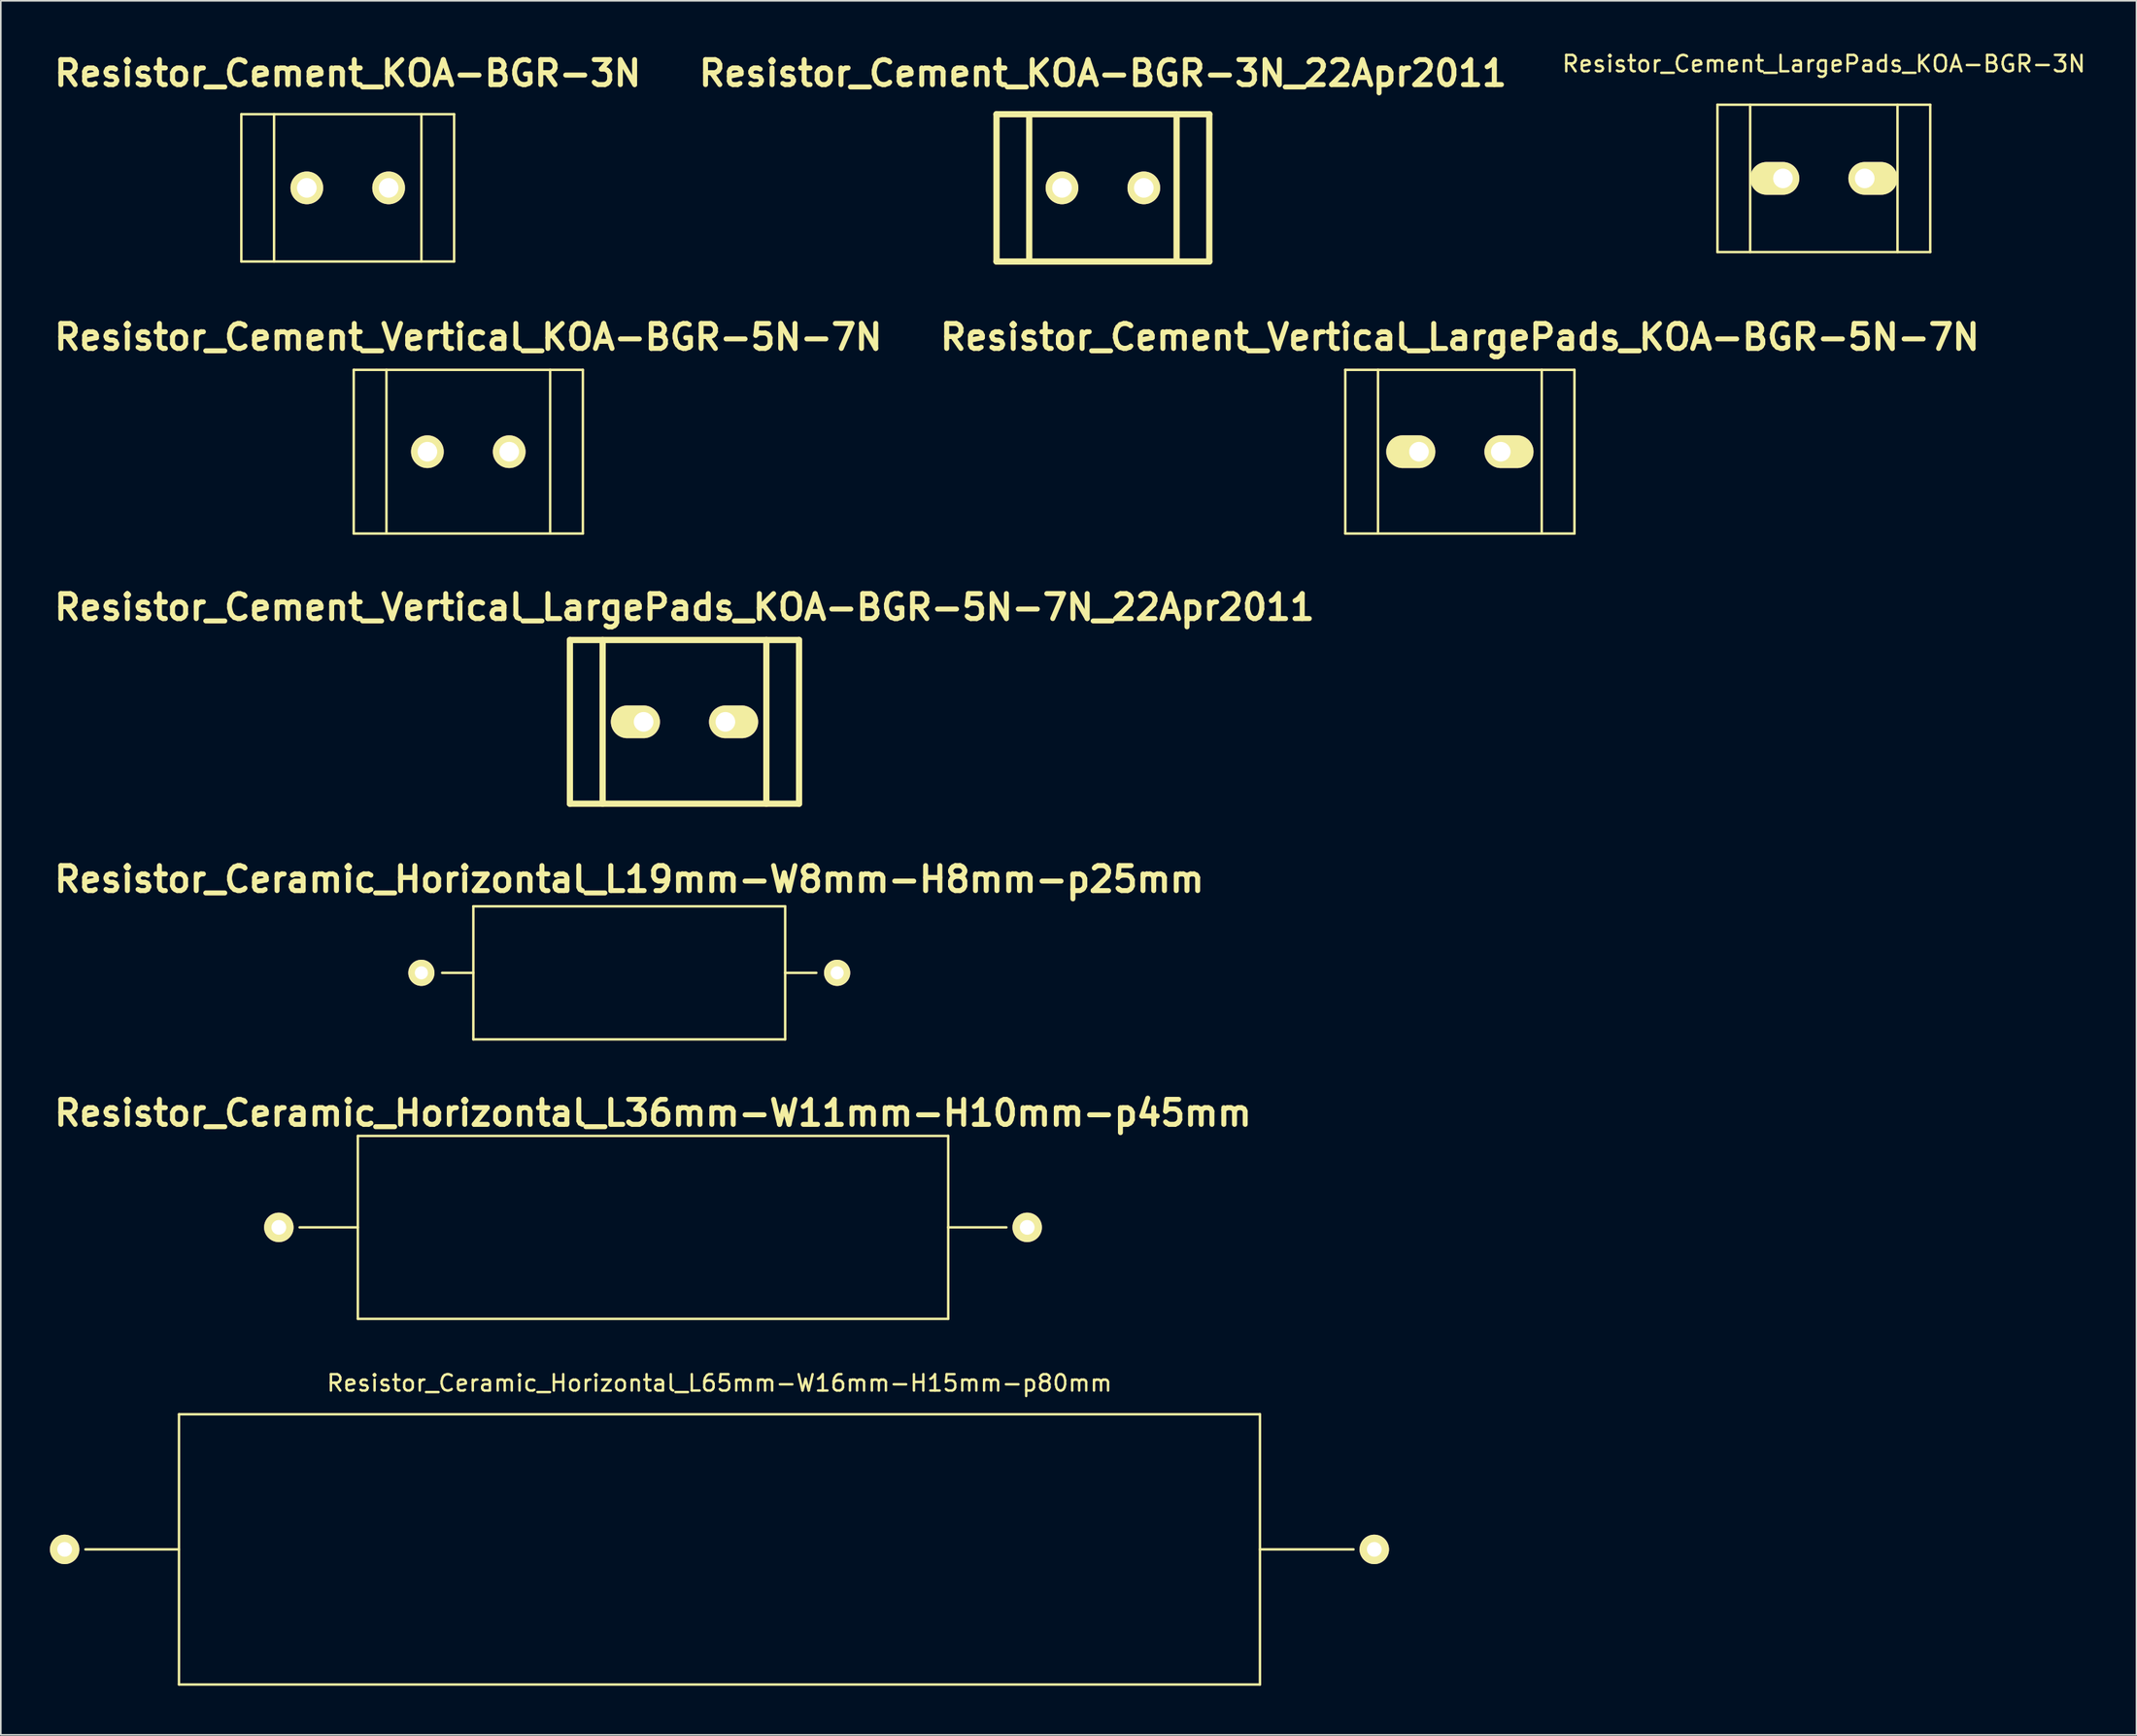
<source format=kicad_pcb>
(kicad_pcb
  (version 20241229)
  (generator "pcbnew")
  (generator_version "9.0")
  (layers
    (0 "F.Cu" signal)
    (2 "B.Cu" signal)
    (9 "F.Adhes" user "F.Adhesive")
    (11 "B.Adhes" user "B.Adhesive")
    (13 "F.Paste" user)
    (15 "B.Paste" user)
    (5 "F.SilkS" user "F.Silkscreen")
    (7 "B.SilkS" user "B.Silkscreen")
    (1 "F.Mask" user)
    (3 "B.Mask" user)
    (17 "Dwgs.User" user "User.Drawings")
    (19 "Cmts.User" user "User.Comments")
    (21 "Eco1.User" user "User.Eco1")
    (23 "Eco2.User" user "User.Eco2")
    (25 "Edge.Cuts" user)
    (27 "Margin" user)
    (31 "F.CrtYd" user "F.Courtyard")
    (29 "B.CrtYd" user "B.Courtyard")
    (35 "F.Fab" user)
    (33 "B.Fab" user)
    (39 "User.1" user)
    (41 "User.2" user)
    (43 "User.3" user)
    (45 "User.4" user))
  (footprint "Resistor_Ceramic_Horizontal_L65mm-W16mm-H15mm-p80mm"
    (layer "F.Cu")
    (at 40.905 91.603)
    (property "Reference" "Resistor_Ceramic_Horizontal_L65mm-W16mm-H15mm-p80mm" (at 0 -10.16 0) (layer "F.SilkS") (effects (font (size 1 1) (thickness 0.15))))
    (attr through_hole)
    (fp_line (start -33.02 -8.255) (end -33.02 8.255) (stroke (width 0.15) (type solid)) (layer "F.SilkS"))
    (fp_line (start -33.02 0) (end -38.735 0) (stroke (width 0.15) (type solid)) (layer "F.SilkS"))
    (fp_line (start -33.02 8.255) (end 33.02 8.255) (stroke (width 0.15) (type solid)) (layer "F.SilkS"))
    (fp_line (start 33.02 -8.255) (end -33.02 -8.255) (stroke (width 0.15) (type solid)) (layer "F.SilkS"))
    (fp_line (start 33.02 0) (end 38.735 0) (stroke (width 0.15) (type solid)) (layer "F.SilkS"))
    (fp_line (start 33.02 8.255) (end 33.02 -8.255) (stroke (width 0.15) (type solid)) (layer "F.SilkS"))
    (pad "1" thru_hole circle (at -40.005 0 180) (size 1.8 1.8) (drill 0.9) (layers "*.Cu" "*.Mask" "F.SilkS"))
    (pad "2" thru_hole circle (at 40.005 0 180) (size 1.8 1.8) (drill 0.9) (layers "*.Cu" "*.Mask" "F.SilkS")))
  (footprint "Resistor_Cement_KOA-BGR-3N"
    (layer "F.Cu")
    (at 18.194 8.427)
    (property "Reference" "Resistor_Cement_KOA-BGR-3N" (at 0 -7 0) (layer "F.SilkS") (effects (font (size 1.524 1.524) (thickness 0.305))))
    (attr through_hole)
    (fp_line (start -6.5 -4.501) (end -6.5 4.501) (stroke (width 0.15) (type solid)) (layer "F.SilkS"))
    (fp_line (start -6.5 4.501) (end 6.5 4.501) (stroke (width 0.15) (type solid)) (layer "F.SilkS"))
    (fp_line (start -4.501 -4.501) (end -4.501 4.501) (stroke (width 0.15) (type solid)) (layer "F.SilkS"))
    (fp_line (start 4.501 -4.501) (end 4.501 4.501) (stroke (width 0.15) (type solid)) (layer "F.SilkS"))
    (fp_line (start 6.5 -4.501) (end -6.5 -4.501) (stroke (width 0.15) (type solid)) (layer "F.SilkS"))
    (fp_line (start 6.5 4.501) (end 6.5 -4.501) (stroke (width 0.15) (type solid)) (layer "F.SilkS"))
    (pad "1" thru_hole circle (at -2.499 0) (size 1.999 1.999) (drill 1.199) (layers "*.Cu" "*.Mask" "F.SilkS"))
    (pad "2" thru_hole circle (at 2.499 0) (size 1.999 1.999) (drill 1.199) (layers "*.Cu" "*.Mask" "F.SilkS")))
  (footprint "Resistor_Cement_Vertical_KOA-BGR-5N-7N"
    (layer "F.Cu")
    (at 25.56 24.545)
    (property "Reference" "Resistor_Cement_Vertical_KOA-BGR-5N-7N" (at 0 -7 0) (layer "F.SilkS") (effects (font (size 1.524 1.524) (thickness 0.305))))
    (attr through_hole)
    (fp_line (start -7 -5.001) (end -7 5.001) (stroke (width 0.15) (type solid)) (layer "F.SilkS"))
    (fp_line (start -7 5.001) (end 7 5.001) (stroke (width 0.15) (type solid)) (layer "F.SilkS"))
    (fp_line (start -5.001 -5.001) (end -5.001 5.001) (stroke (width 0.15) (type solid)) (layer "F.SilkS"))
    (fp_line (start 5.001 -5.001) (end 5.001 5.001) (stroke (width 0.15) (type solid)) (layer "F.SilkS"))
    (fp_line (start 7 -5.001) (end -7 -5.001) (stroke (width 0.15) (type solid)) (layer "F.SilkS"))
    (fp_line (start 7 5.001) (end 7 -5.001) (stroke (width 0.15) (type solid)) (layer "F.SilkS"))
    (pad "1" thru_hole circle (at -2.499 0) (size 1.999 1.999) (drill 1.199) (layers "*.Cu" "*.Mask" "F.SilkS"))
    (pad "2" thru_hole circle (at 2.499 0) (size 1.999 1.999) (drill 1.199) (layers "*.Cu" "*.Mask" "F.SilkS")))
  (footprint "Resistor_Cement_LargePads_KOA-BGR-3N"
    (layer "F.Cu")
    (at 108.374 7.848)
    (property "Reference" "Resistor_Cement_LargePads_KOA-BGR-3N" (at 0 -7 0) (layer "F.SilkS") (effects (font (size 1 1) (thickness 0.15))))
    (attr through_hole)
    (fp_line (start -6.5 -4.501) (end -6.5 4.501) (stroke (width 0.15) (type solid)) (layer "F.SilkS"))
    (fp_line (start -6.5 4.501) (end 6.5 4.501) (stroke (width 0.15) (type solid)) (layer "F.SilkS"))
    (fp_line (start -4.501 -4.501) (end -4.501 4.501) (stroke (width 0.15) (type solid)) (layer "F.SilkS"))
    (fp_line (start 4.501 -4.501) (end 4.501 4.501) (stroke (width 0.15) (type solid)) (layer "F.SilkS"))
    (fp_line (start 6.5 -4.501) (end -6.5 -4.501) (stroke (width 0.15) (type solid)) (layer "F.SilkS"))
    (fp_line (start 6.5 4.501) (end 6.5 -4.501) (stroke (width 0.15) (type solid)) (layer "F.SilkS"))
    (pad "1" thru_hole oval (at -2.499 0) (size 3 1.999) (drill 1.199 (offset -0.5 0)) (layers "*.Cu" "*.Mask" "F.SilkS"))
    (pad "2" thru_hole oval (at 2.499 0 180) (size 3 1.999) (drill 1.199 (offset -0.5 0)) (layers "*.Cu" "*.Mask" "F.SilkS")))
  (footprint "Resistor_Ceramic_Horizontal_L19mm-W8mm-H8mm-p25mm"
    (layer "F.Cu")
    (at 35.393 56.381)
    (property "Reference" "Resistor_Ceramic_Horizontal_L19mm-W8mm-H8mm-p25mm" (at 0 -5.715 0) (layer "F.SilkS") (effects (font (size 1.524 1.524) (thickness 0.305))))
    (attr through_hole)
    (fp_line (start -9.525 -4.064) (end -9.525 4.064) (stroke (width 0.15) (type solid)) (layer "F.SilkS"))
    (fp_line (start -9.525 0) (end -11.43 0) (stroke (width 0.15) (type solid)) (layer "F.SilkS"))
    (fp_line (start -9.525 4.064) (end 9.525 4.064) (stroke (width 0.15) (type solid)) (layer "F.SilkS"))
    (fp_line (start 9.525 -4.064) (end -9.525 -4.064) (stroke (width 0.15) (type solid)) (layer "F.SilkS"))
    (fp_line (start 9.525 0) (end 11.43 0) (stroke (width 0.15) (type solid)) (layer "F.SilkS"))
    (fp_line (start 9.525 4.064) (end 9.525 -4.064) (stroke (width 0.15) (type solid)) (layer "F.SilkS"))
    (pad "1" thru_hole circle (at -12.7 0 180) (size 1.6 1.6) (drill 0.8) (layers "*.Cu" "*.Mask" "F.SilkS"))
    (pad "2" thru_hole circle (at 12.7 0 180) (size 1.6 1.6) (drill 0.8) (layers "*.Cu" "*.Mask" "F.SilkS")))
  (footprint "Resistor_Ceramic_Horizontal_L36mm-W11mm-H10mm-p45mm"
    (layer "F.Cu")
    (at 36.845 71.931)
    (property "Reference" "Resistor_Ceramic_Horizontal_L36mm-W11mm-H10mm-p45mm" (at 0 -6.985 0) (layer "F.SilkS") (effects (font (size 1.524 1.524) (thickness 0.305))))
    (attr through_hole)
    (fp_line (start -18.034 -5.588) (end -18.034 5.588) (stroke (width 0.15) (type solid)) (layer "F.SilkS"))
    (fp_line (start -18.034 0) (end -21.59 0) (stroke (width 0.15) (type solid)) (layer "F.SilkS"))
    (fp_line (start -18.034 5.588) (end 18.034 5.588) (stroke (width 0.15) (type solid)) (layer "F.SilkS"))
    (fp_line (start 18.034 -5.588) (end -18.034 -5.588) (stroke (width 0.15) (type solid)) (layer "F.SilkS"))
    (fp_line (start 18.034 0) (end 21.59 0) (stroke (width 0.15) (type solid)) (layer "F.SilkS"))
    (fp_line (start 18.034 5.588) (end 18.034 -5.588) (stroke (width 0.15) (type solid)) (layer "F.SilkS"))
    (pad "1" thru_hole circle (at -22.86 0 180) (size 1.8 1.8) (drill 0.9) (layers "*.Cu" "*.Mask" "F.SilkS"))
    (pad "2" thru_hole circle (at 22.86 0 180) (size 1.8 1.8) (drill 0.9) (layers "*.Cu" "*.Mask" "F.SilkS")))
  (footprint "Resistor_Cement_Vertical_LargePads_KOA-BGR-5N-7N_22Apr2011"
    (layer "F.Cu")
    (at 38.768 41.048)
    (property "Reference" "Resistor_Cement_Vertical_LargePads_KOA-BGR-5N-7N_22Apr2011" (at 0 -7 0) (layer "F.SilkS") (effects (font (size 1.524 1.524) (thickness 0.305))))
    (attr through_hole)
    (fp_line (start -7 -5.001) (end -7 5.001) (stroke (width 0.381) (type solid)) (layer "F.SilkS"))
    (fp_line (start -7 5.001) (end 7 5.001) (stroke (width 0.381) (type solid)) (layer "F.SilkS"))
    (fp_line (start -5.001 -5.001) (end -5.001 5.001) (stroke (width 0.381) (type solid)) (layer "F.SilkS"))
    (fp_line (start 5.001 -5.001) (end 5.001 5.001) (stroke (width 0.381) (type solid)) (layer "F.SilkS"))
    (fp_line (start 7 -5.001) (end -7 -5.001) (stroke (width 0.381) (type solid)) (layer "F.SilkS"))
    (fp_line (start 7 5.001) (end 7 -5.001) (stroke (width 0.381) (type solid)) (layer "F.SilkS"))
    (pad "1" thru_hole oval (at -2.499 0) (size 3 1.999) (drill 1.199 (offset -0.5 0)) (layers "*.Cu" "*.Mask" "F.SilkS"))
    (pad "2" thru_hole oval (at 2.499 0 180) (size 3 1.999) (drill 1.199 (offset -0.5 0)) (layers "*.Cu" "*.Mask" "F.SilkS")))
  (footprint "Resistor_Cement_Vertical_LargePads_KOA-BGR-5N-7N"
    (layer "F.Cu")
    (at 86.138 24.545)
    (property "Reference" "Resistor_Cement_Vertical_LargePads_KOA-BGR-5N-7N" (at 0 -7 0) (layer "F.SilkS") (effects (font (size 1.524 1.524) (thickness 0.305))))
    (attr through_hole)
    (fp_line (start -7 -5.001) (end -7 5.001) (stroke (width 0.15) (type solid)) (layer "F.SilkS"))
    (fp_line (start -7 5.001) (end 7 5.001) (stroke (width 0.15) (type solid)) (layer "F.SilkS"))
    (fp_line (start -5.001 -5.001) (end -5.001 5.001) (stroke (width 0.15) (type solid)) (layer "F.SilkS"))
    (fp_line (start 5.001 -5.001) (end 5.001 5.001) (stroke (width 0.15) (type solid)) (layer "F.SilkS"))
    (fp_line (start 7 -5.001) (end -7 -5.001) (stroke (width 0.15) (type solid)) (layer "F.SilkS"))
    (fp_line (start 7 5.001) (end 7 -5.001) (stroke (width 0.15) (type solid)) (layer "F.SilkS"))
    (pad "1" thru_hole oval (at -2.499 0) (size 3 1.999) (drill 1.199 (offset -0.5 0)) (layers "*.Cu" "*.Mask" "F.SilkS"))
    (pad "2" thru_hole oval (at 2.499 0 180) (size 3 1.999) (drill 1.199 (offset -0.5 0)) (layers "*.Cu" "*.Mask" "F.SilkS")))
  (footprint "Resistor_Cement_KOA-BGR-3N_22Apr2011"
    (layer "F.Cu")
    (at 64.33 8.427)
    (property "Reference" "Resistor_Cement_KOA-BGR-3N_22Apr2011" (at 0 -7 0) (layer "F.SilkS") (effects (font (size 1.524 1.524) (thickness 0.305))))
    (attr through_hole)
    (fp_line (start -6.5 -4.501) (end -6.5 4.501) (stroke (width 0.381) (type solid)) (layer "F.SilkS"))
    (fp_line (start -6.5 4.501) (end 6.5 4.501) (stroke (width 0.381) (type solid)) (layer "F.SilkS"))
    (fp_line (start -4.501 -4.501) (end -4.501 4.501) (stroke (width 0.381) (type solid)) (layer "F.SilkS"))
    (fp_line (start 4.501 -4.501) (end 4.501 4.501) (stroke (width 0.381) (type solid)) (layer "F.SilkS"))
    (fp_line (start 6.5 -4.501) (end -6.5 -4.501) (stroke (width 0.381) (type solid)) (layer "F.SilkS"))
    (fp_line (start 6.5 4.501) (end 6.5 -4.501) (stroke (width 0.381) (type solid)) (layer "F.SilkS"))
    (pad "1" thru_hole circle (at -2.499 0) (size 1.999 1.999) (drill 1.199) (layers "*.Cu" "*.Mask" "F.SilkS"))
    (pad "2" thru_hole circle (at 2.499 0) (size 1.999 1.999) (drill 1.199) (layers "*.Cu" "*.Mask" "F.SilkS")))
  (gr_rect
    (start -3 -3)
    (end 127.475 102.933)
    (stroke (width 0.1) (type default))
    (fill no)
    (layer "Edge.Cuts")))
</source>
